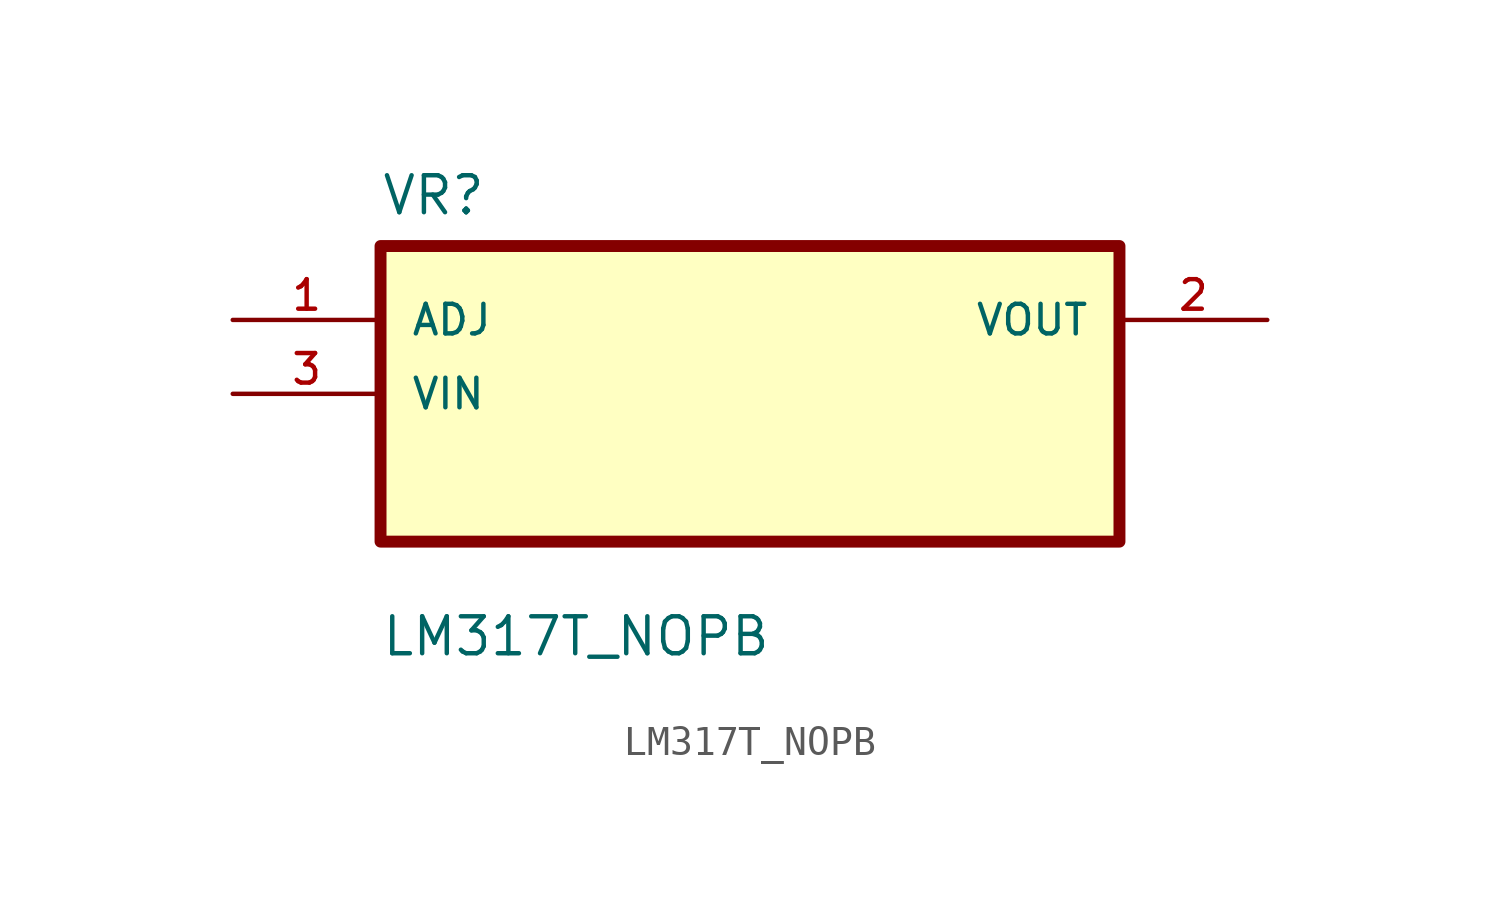
<source format=kicad_sym>
(kicad_symbol_lib
  (version 20211014)
  (generator kicad_symbol_editor)
  (symbol "LM317T_NOPB"
    (pin_names
      (offset 1.016))
    (property "Reference" "VR"
      (at -12.7 6.08 0.0)
      (effects (font (size 1.27 1.27)) (justify bottom left)))
    (property "Value" "LM317T_NOPB"
      (at -12.7 -9.08 0.0)
      (effects (font (size 1.27 1.27)) (justify bottom left)))
    (symbol "LM317T_NOPB_0_0"
      (rectangle (start -12.7 -5.08) (end 12.7 5.08) (stroke (width 0.41)) (fill (type background)))
      (pin input line (at -17.78 2.54 0) (length 5.08) (name "ADJ" (effects (font (size 1.016 1.016)))) (number "1" (effects (font (size 1.016 1.016)))))
      (pin input line (at -17.78 0.0 0) (length 5.08) (name "VIN" (effects (font (size 1.016 1.016)))) (number "3" (effects (font (size 1.016 1.016)))))
      (pin output line (at 17.78 2.54 180.0) (length 5.08) (name "VOUT" (effects (font (size 1.016 1.016)))) (number "2" (effects (font (size 1.016 1.016))))))))
</source>
